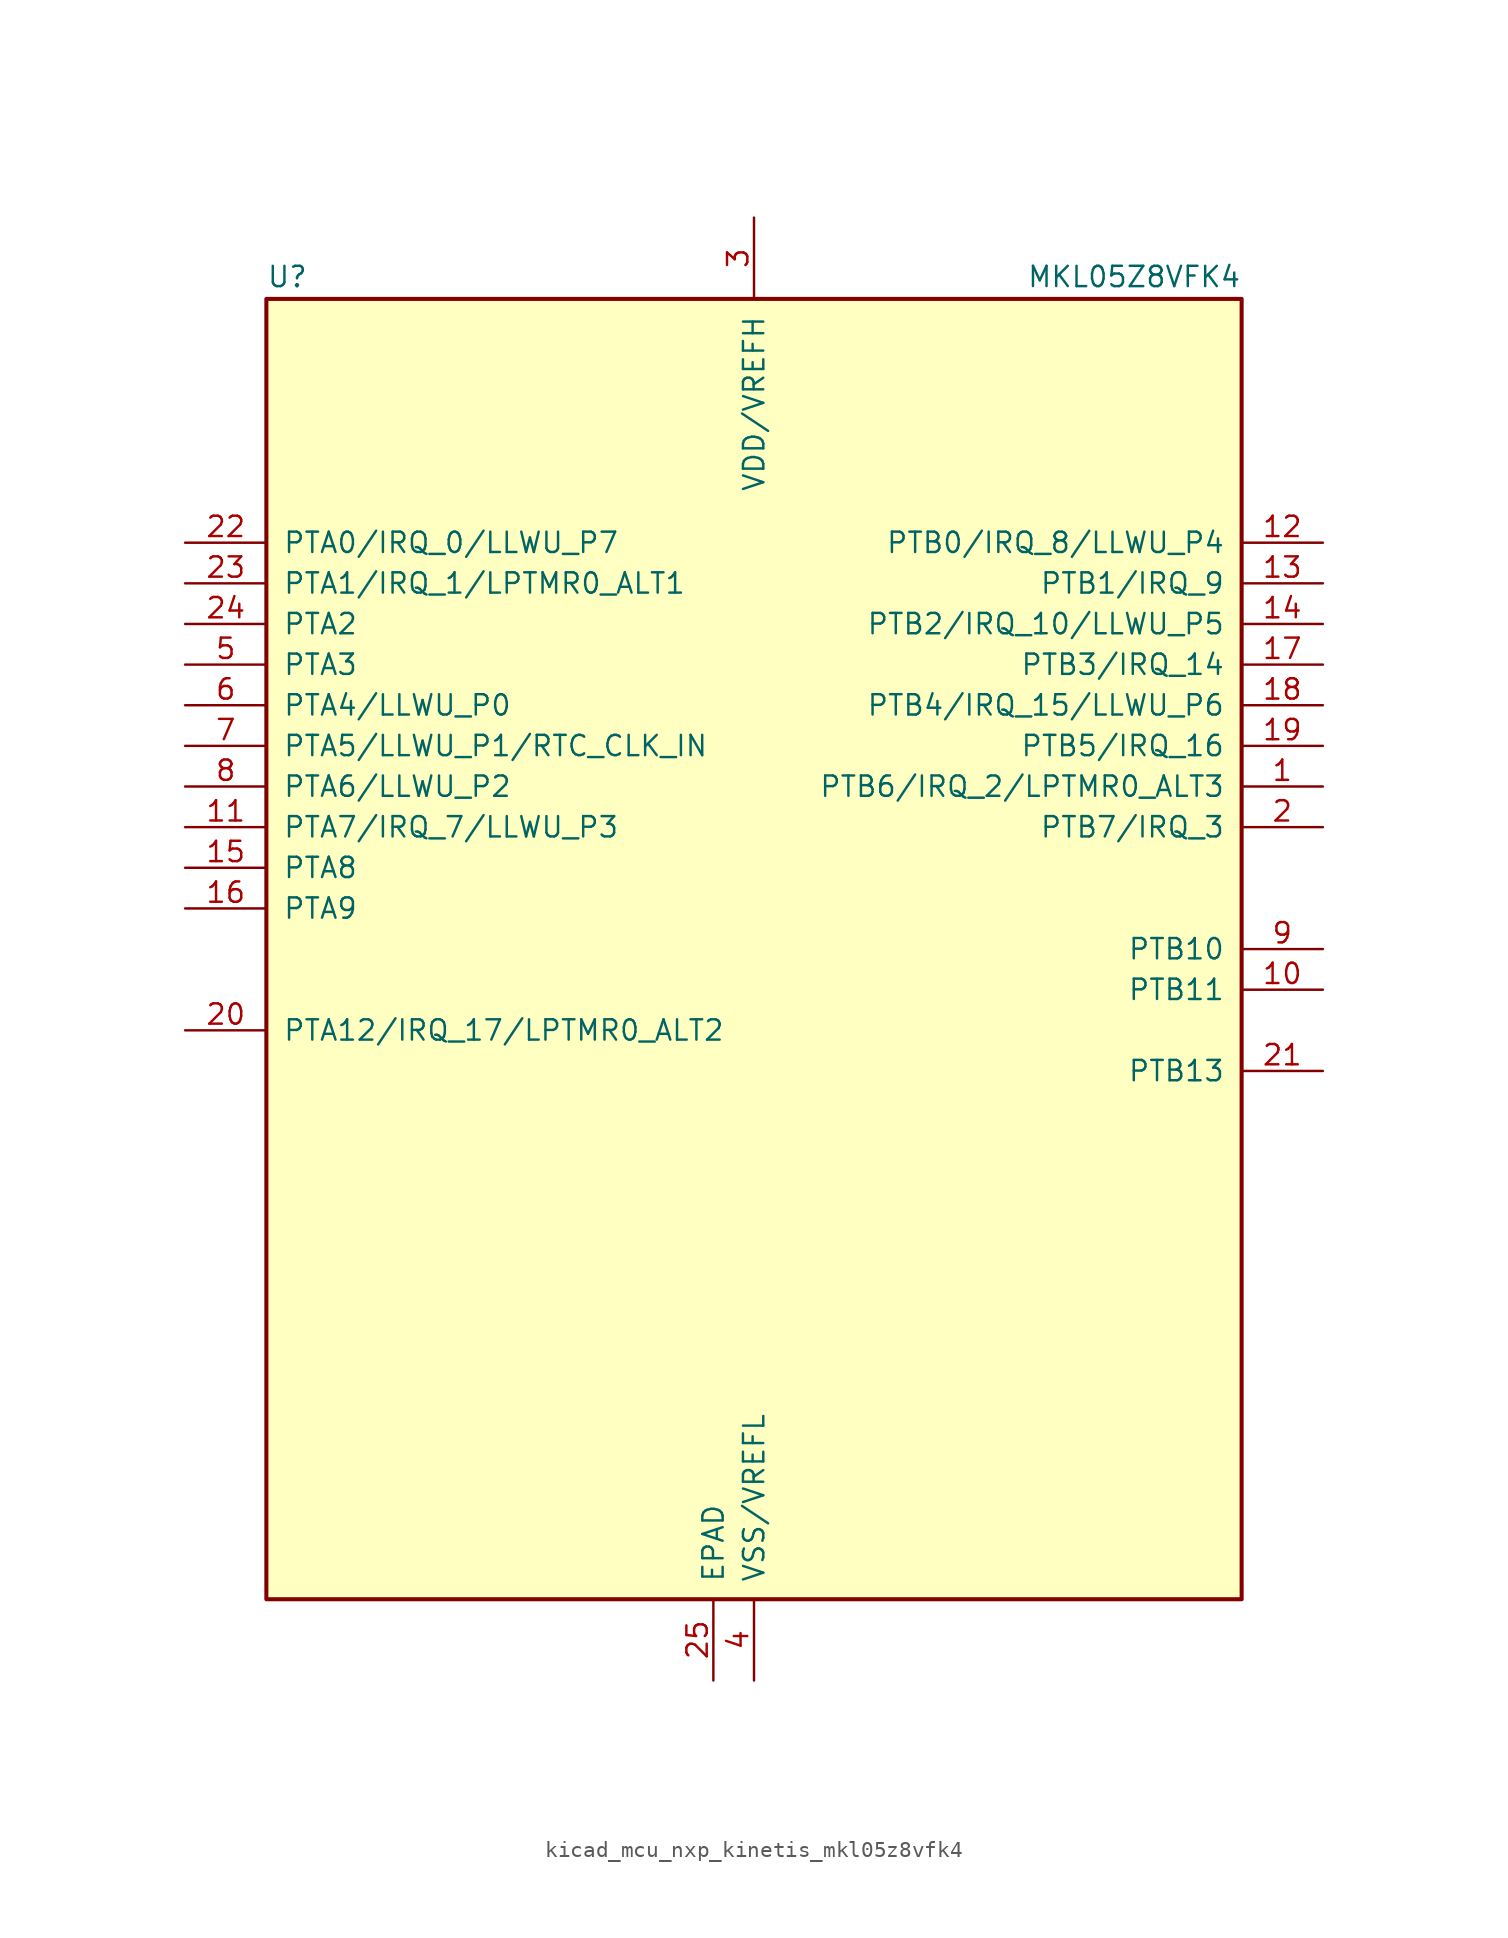
<source format=kicad_sym>
(kicad_symbol_lib
  (version 20220914)
  (generator kicad_symbol_editor)
  (symbol "kicad_mcu_nxp_kinetis_mkl05z8vfk4"
    (pin_names
      (offset 1.016))
    (property "Reference" "U"
      (at -30.48 41.275 0)
      (effects (font (size 1.27 1.27)) (justify left bottom)))
    (property "Value" "MKL05Z8VFK4"
      (at 30.48 41.275 0)
      (effects (font (size 1.27 1.27)) (justify right bottom)))
    (symbol "kicad_mcu_nxp_kinetis_mkl05z8vfk4_0_1"
      (rectangle (start -30.48 40.64) (end 30.48 -40.64) (stroke (width 0.254) (type default)) (fill (type background))))
    (symbol "kicad_mcu_nxp_kinetis_mkl05z8vfk4_1_1"
      (pin bidirectional line (at 35.56 10.16 180) (length 5.08) (name "PTB6/IRQ_2/LPTMR0_ALT3" (effects (font (size 1.27 1.27)))) (number "1" (effects (font (size 1.27 1.27)))))
      (pin bidirectional line (at 35.56 -2.54 180) (length 5.08) (name "PTB11" (effects (font (size 1.27 1.27)))) (number "10" (effects (font (size 1.27 1.27)))))
      (pin bidirectional line (at -35.56 7.62 0) (length 5.08) (name "PTA7/IRQ_7/LLWU_P3" (effects (font (size 1.27 1.27)))) (number "11" (effects (font (size 1.27 1.27)))))
      (pin bidirectional line (at 35.56 25.4 180) (length 5.08) (name "PTB0/IRQ_8/LLWU_P4" (effects (font (size 1.27 1.27)))) (number "12" (effects (font (size 1.27 1.27)))))
      (pin bidirectional line (at 35.56 22.86 180) (length 5.08) (name "PTB1/IRQ_9" (effects (font (size 1.27 1.27)))) (number "13" (effects (font (size 1.27 1.27)))))
      (pin bidirectional line (at 35.56 20.32 180) (length 5.08) (name "PTB2/IRQ_10/LLWU_P5" (effects (font (size 1.27 1.27)))) (number "14" (effects (font (size 1.27 1.27)))))
      (pin bidirectional line (at -35.56 5.08 0) (length 5.08) (name "PTA8" (effects (font (size 1.27 1.27)))) (number "15" (effects (font (size 1.27 1.27)))))
      (pin bidirectional line (at -35.56 2.54 0) (length 5.08) (name "PTA9" (effects (font (size 1.27 1.27)))) (number "16" (effects (font (size 1.27 1.27)))))
      (pin bidirectional line (at 35.56 17.78 180) (length 5.08) (name "PTB3/IRQ_14" (effects (font (size 1.27 1.27)))) (number "17" (effects (font (size 1.27 1.27)))))
      (pin bidirectional line (at 35.56 15.24 180) (length 5.08) (name "PTB4/IRQ_15/LLWU_P6" (effects (font (size 1.27 1.27)))) (number "18" (effects (font (size 1.27 1.27)))))
      (pin bidirectional line (at 35.56 12.7 180) (length 5.08) (name "PTB5/IRQ_16" (effects (font (size 1.27 1.27)))) (number "19" (effects (font (size 1.27 1.27)))))
      (pin bidirectional line (at 35.56 7.62 180) (length 5.08) (name "PTB7/IRQ_3" (effects (font (size 1.27 1.27)))) (number "2" (effects (font (size 1.27 1.27)))))
      (pin bidirectional line (at -35.56 -5.08 0) (length 5.08) (name "PTA12/IRQ_17/LPTMR0_ALT2" (effects (font (size 1.27 1.27)))) (number "20" (effects (font (size 1.27 1.27)))))
      (pin bidirectional line (at 35.56 -7.62 180) (length 5.08) (name "PTB13" (effects (font (size 1.27 1.27)))) (number "21" (effects (font (size 1.27 1.27)))))
      (pin bidirectional line (at -35.56 25.4 0) (length 5.08) (name "PTA0/IRQ_0/LLWU_P7" (effects (font (size 1.27 1.27)))) (number "22" (effects (font (size 1.27 1.27)))))
      (pin bidirectional line (at -35.56 22.86 0) (length 5.08) (name "PTA1/IRQ_1/LPTMR0_ALT1" (effects (font (size 1.27 1.27)))) (number "23" (effects (font (size 1.27 1.27)))))
      (pin bidirectional line (at -35.56 20.32 0) (length 5.08) (name "PTA2" (effects (font (size 1.27 1.27)))) (number "24" (effects (font (size 1.27 1.27)))))
      (pin power_in line (at -2.54 -45.72 90) (length 5.08) (name "EPAD" (effects (font (size 1.27 1.27)))) (number "25" (effects (font (size 1.27 1.27)))))
      (pin power_in line (at 0 45.72 270) (length 5.08) (name "VDD/VREFH" (effects (font (size 1.27 1.27)))) (number "3" (effects (font (size 1.27 1.27)))))
      (pin power_in line (at 0 -45.72 90) (length 5.08) (name "VSS/VREFL" (effects (font (size 1.27 1.27)))) (number "4" (effects (font (size 1.27 1.27)))))
      (pin bidirectional line (at -35.56 17.78 0) (length 5.08) (name "PTA3" (effects (font (size 1.27 1.27)))) (number "5" (effects (font (size 1.27 1.27)))))
      (pin bidirectional line (at -35.56 15.24 0) (length 5.08) (name "PTA4/LLWU_P0" (effects (font (size 1.27 1.27)))) (number "6" (effects (font (size 1.27 1.27)))))
      (pin bidirectional line (at -35.56 12.7 0) (length 5.08) (name "PTA5/LLWU_P1/RTC_CLK_IN" (effects (font (size 1.27 1.27)))) (number "7" (effects (font (size 1.27 1.27)))))
      (pin bidirectional line (at -35.56 10.16 0) (length 5.08) (name "PTA6/LLWU_P2" (effects (font (size 1.27 1.27)))) (number "8" (effects (font (size 1.27 1.27)))))
      (pin bidirectional line (at 35.56 0 180) (length 5.08) (name "PTB10" (effects (font (size 1.27 1.27)))) (number "9" (effects (font (size 1.27 1.27))))))))
</source>
